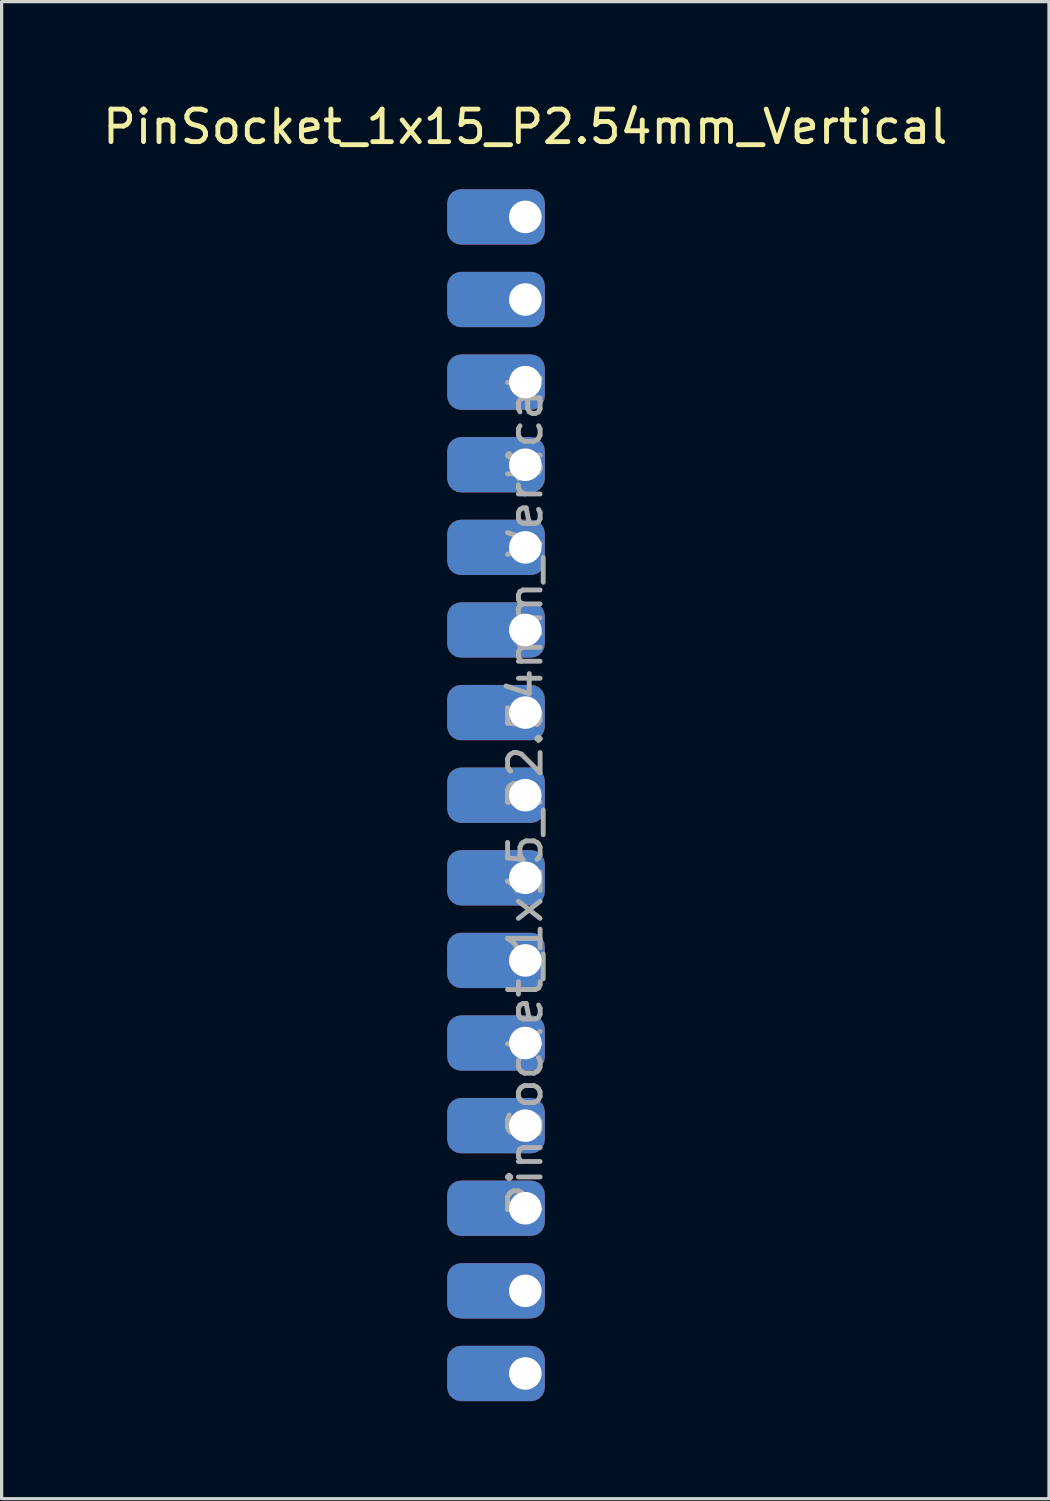
<source format=kicad_pcb>
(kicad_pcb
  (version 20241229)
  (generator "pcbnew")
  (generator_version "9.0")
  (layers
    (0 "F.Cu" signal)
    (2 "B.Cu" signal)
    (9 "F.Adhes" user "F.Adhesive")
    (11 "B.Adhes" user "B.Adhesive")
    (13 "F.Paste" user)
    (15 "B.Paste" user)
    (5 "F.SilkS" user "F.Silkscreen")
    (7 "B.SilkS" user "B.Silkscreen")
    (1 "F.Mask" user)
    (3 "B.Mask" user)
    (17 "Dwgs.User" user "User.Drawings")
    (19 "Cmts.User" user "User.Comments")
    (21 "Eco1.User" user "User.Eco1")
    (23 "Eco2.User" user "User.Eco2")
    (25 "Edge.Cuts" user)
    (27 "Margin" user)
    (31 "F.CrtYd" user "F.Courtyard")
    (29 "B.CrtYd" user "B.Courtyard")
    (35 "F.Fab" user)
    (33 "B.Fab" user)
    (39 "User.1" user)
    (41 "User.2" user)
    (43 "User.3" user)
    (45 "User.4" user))
  (footprint "PinSocket_1x15_P2.54mm_Vertical"
    (layer "F.Cu")
    (at 20.467 3.616)
    (property "Reference" "PinSocket_1x15_P2.54mm_Vertical" (at -7.366 -2.767 0) (layer "F.SilkS") (effects (font (size 1 1) (thickness 0.15))))
    (attr through_hole)
    (fp_text user "${REFERENCE}" (at -7.366 17.783 90) (layer "F.Fab") (effects (font (size 1 1) (thickness 0.15))))
    (pad "1" thru_hole roundrect (at -7.366 0.003) (size 3 1.7) (drill 1 (offset -0.9 0)) (layers "*.Cu" "*.Mask") (roundrect_rratio 0.25))
    (pad "2" thru_hole roundrect (at -7.366 2.543) (size 3 1.7) (drill 1 (offset -0.9 0)) (layers "*.Cu" "*.Mask") (roundrect_rratio 0.25))
    (pad "3" thru_hole roundrect (at -7.366 5.083) (size 3 1.7) (drill 1 (offset -0.9 0)) (layers "*.Cu" "*.Mask") (roundrect_rratio 0.25))
    (pad "4" thru_hole roundrect (at -7.366 7.623) (size 3 1.7) (drill 1 (offset -0.9 0)) (layers "*.Cu" "*.Mask") (roundrect_rratio 0.25))
    (pad "5" thru_hole roundrect (at -7.366 10.163) (size 3 1.7) (drill 1 (offset -0.9 0)) (layers "*.Cu" "*.Mask") (roundrect_rratio 0.25))
    (pad "6" thru_hole roundrect (at -7.366 12.703) (size 3 1.7) (drill 1 (offset -0.9 0)) (layers "*.Cu" "*.Mask") (roundrect_rratio 0.25))
    (pad "7" thru_hole roundrect (at -7.366 15.243) (size 3 1.7) (drill 1 (offset -0.9 0)) (layers "*.Cu" "*.Mask") (roundrect_rratio 0.25))
    (pad "8" thru_hole roundrect (at -7.366 17.783) (size 3 1.7) (drill 1 (offset -0.9 0)) (layers "*.Cu" "*.Mask") (roundrect_rratio 0.25))
    (pad "9" thru_hole roundrect (at -7.366 20.323) (size 3 1.7) (drill 1 (offset -0.9 0)) (layers "*.Cu" "*.Mask") (roundrect_rratio 0.25))
    (pad "10" thru_hole roundrect (at -7.366 22.863) (size 3 1.7) (drill 1 (offset -0.9 0)) (layers "*.Cu" "*.Mask") (roundrect_rratio 0.25))
    (pad "11" thru_hole roundrect (at -7.366 25.403) (size 3 1.7) (drill 1 (offset -0.9 0)) (layers "*.Cu" "*.Mask") (roundrect_rratio 0.25))
    (pad "12" thru_hole roundrect (at -7.366 27.943) (size 3 1.7) (drill 1 (offset -0.9 0)) (layers "*.Cu" "*.Mask") (roundrect_rratio 0.25))
    (pad "13" thru_hole roundrect (at -7.366 30.483) (size 3 1.7) (drill 1 (offset -0.9 0)) (layers "*.Cu" "*.Mask") (roundrect_rratio 0.25))
    (pad "14" thru_hole roundrect (at -7.366 33.023) (size 3 1.7) (drill 1 (offset -0.9 0)) (layers "*.Cu" "*.Mask") (roundrect_rratio 0.25))
    (pad "15" thru_hole roundrect (at -7.366 35.563) (size 3 1.7) (drill 1 (offset -0.9 0)) (layers "*.Cu" "*.Mask") (roundrect_rratio 0.25)))
  (gr_rect
    (start -3 -3)
    (end 29.202 43.028)
    (stroke (width 0.1) (type default))
    (fill no)
    (layer "Edge.Cuts")))
</source>
